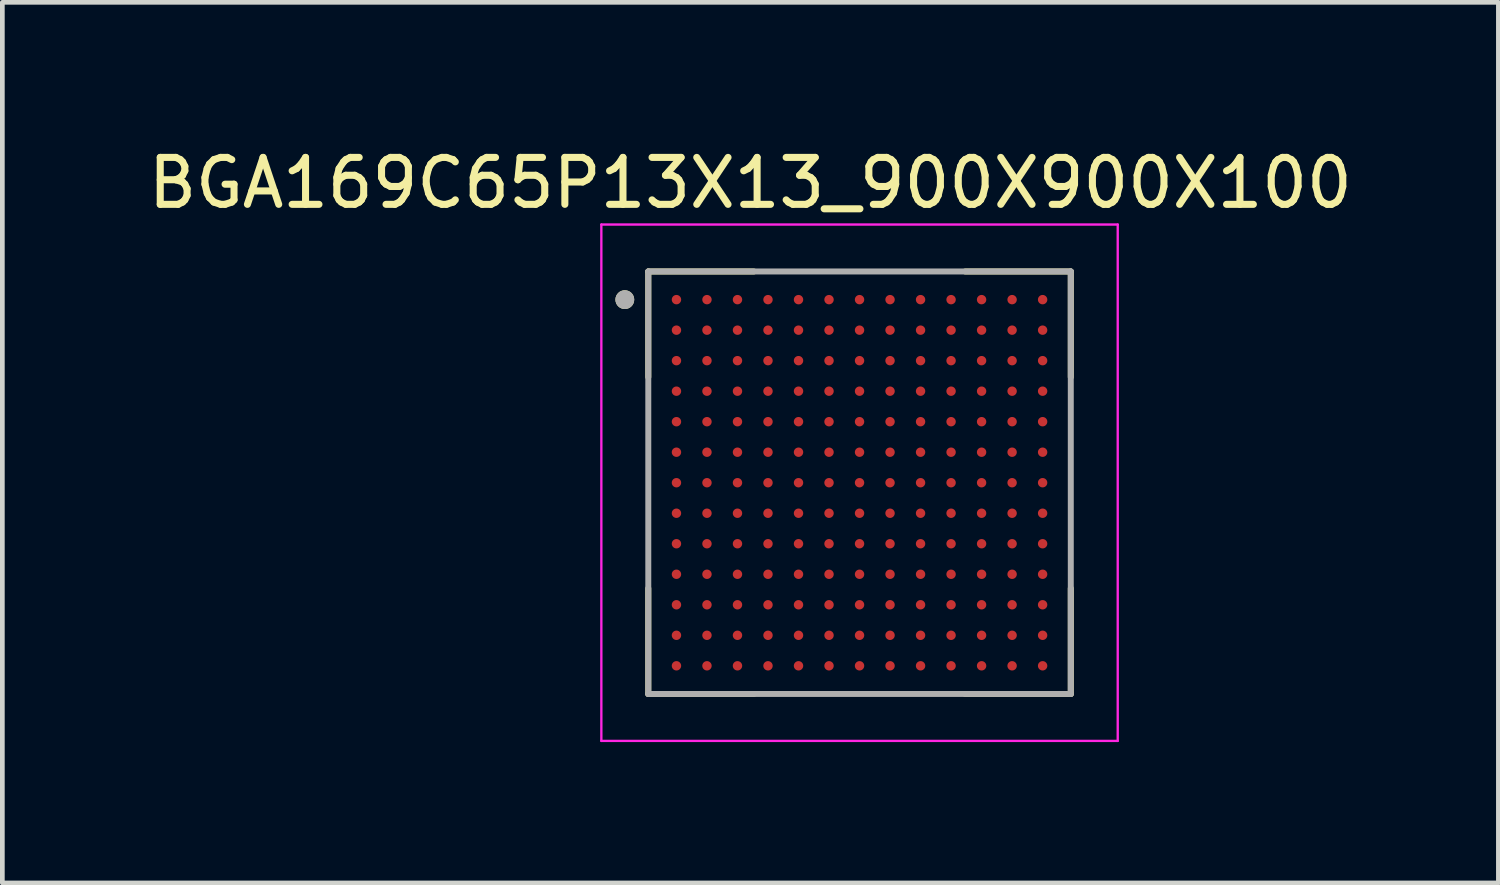
<source format=kicad_pcb>
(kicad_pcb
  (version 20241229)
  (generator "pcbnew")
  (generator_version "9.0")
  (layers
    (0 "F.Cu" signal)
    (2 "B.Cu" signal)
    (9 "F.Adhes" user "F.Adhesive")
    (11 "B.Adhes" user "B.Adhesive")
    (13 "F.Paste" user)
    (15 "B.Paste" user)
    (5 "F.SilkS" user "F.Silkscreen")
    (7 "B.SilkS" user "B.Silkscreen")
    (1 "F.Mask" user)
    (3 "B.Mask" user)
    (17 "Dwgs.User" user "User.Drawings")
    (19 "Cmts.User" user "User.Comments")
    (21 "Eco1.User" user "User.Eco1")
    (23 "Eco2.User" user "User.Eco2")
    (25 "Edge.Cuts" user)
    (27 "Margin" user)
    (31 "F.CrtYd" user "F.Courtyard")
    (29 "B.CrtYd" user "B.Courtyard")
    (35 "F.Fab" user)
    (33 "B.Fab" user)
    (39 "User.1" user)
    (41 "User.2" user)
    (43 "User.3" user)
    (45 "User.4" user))
  (footprint "BGA169C65P13X13_900X900X100"
    (layer "F.Cu")
    (at 15.26 7.233)
    (property "Reference" "BGA169C65P13X13_900X900X100" (at -2.325 -6.385 0) (layer "F.SilkS") (effects (font (size 1 1) (thickness 0.15))))
    (attr smd)
    (fp_line (start -4.5 -4.5) (end -4.5 -2.25) (stroke (width 0.127) (type solid)) (layer "F.SilkS"))
    (fp_line (start -4.5 -4.5) (end -2.25 -4.5) (stroke (width 0.127) (type solid)) (layer "F.SilkS"))
    (fp_line (start -4.5 4.5) (end -4.5 2.25) (stroke (width 0.127) (type solid)) (layer "F.SilkS"))
    (fp_line (start -4.5 4.5) (end -2.25 4.5) (stroke (width 0.127) (type solid)) (layer "F.SilkS"))
    (fp_line (start 4.5 -4.5) (end 2.25 -4.5) (stroke (width 0.127) (type solid)) (layer "F.SilkS"))
    (fp_line (start 4.5 -4.5) (end 4.5 -2.25) (stroke (width 0.127) (type solid)) (layer "F.SilkS"))
    (fp_line (start 4.5 4.5) (end 2.25 4.5) (stroke (width 0.127) (type solid)) (layer "F.SilkS"))
    (fp_line (start 4.5 4.5) (end 4.5 2.25) (stroke (width 0.127) (type solid)) (layer "F.SilkS"))
    (fp_circle (center -5 -3.9) (end -4.9 -3.9) (stroke (width 0.2) (type solid)) (fill no) (layer "F.SilkS"))
    (fp_line (start -5.5 -5.5) (end 5.5 -5.5) (stroke (width 0.05) (type solid)) (layer "F.CrtYd"))
    (fp_line (start -5.5 5.5) (end -5.5 -5.5) (stroke (width 0.05) (type solid)) (layer "F.CrtYd"))
    (fp_line (start -5.5 5.5) (end 5.5 5.5) (stroke (width 0.05) (type solid)) (layer "F.CrtYd"))
    (fp_line (start 5.5 5.5) (end 5.5 -5.5) (stroke (width 0.05) (type solid)) (layer "F.CrtYd"))
    (fp_line (start -4.5 4.5) (end -4.5 -4.5) (stroke (width 0.127) (type solid)) (layer "F.Fab"))
    (fp_line (start 4.5 -4.5) (end -4.5 -4.5) (stroke (width 0.127) (type solid)) (layer "F.Fab"))
    (fp_line (start 4.5 4.5) (end -4.5 4.5) (stroke (width 0.127) (type solid)) (layer "F.Fab"))
    (fp_line (start 4.5 4.5) (end 4.5 -4.5) (stroke (width 0.127) (type solid)) (layer "F.Fab"))
    (fp_circle (center -5 -3.9) (end -4.9 -3.9) (stroke (width 0.2) (type solid)) (fill no) (layer "F.Fab"))
    (pad "A1" smd circle (at -3.9 -3.9) (size 0.2 0.2) (layers "F.Cu" "F.Mask" "F.Paste"))
    (pad "A2" smd circle (at -3.25 -3.9) (size 0.2 0.2) (layers "F.Cu" "F.Mask" "F.Paste"))
    (pad "A3" smd circle (at -2.6 -3.9) (size 0.2 0.2) (layers "F.Cu" "F.Mask" "F.Paste"))
    (pad "A4" smd circle (at -1.95 -3.9) (size 0.2 0.2) (layers "F.Cu" "F.Mask" "F.Paste"))
    (pad "A5" smd circle (at -1.3 -3.9) (size 0.2 0.2) (layers "F.Cu" "F.Mask" "F.Paste"))
    (pad "A6" smd circle (at -0.65 -3.9) (size 0.2 0.2) (layers "F.Cu" "F.Mask" "F.Paste"))
    (pad "A7" smd circle (at 0 -3.9) (size 0.2 0.2) (layers "F.Cu" "F.Mask" "F.Paste"))
    (pad "A8" smd circle (at 0.65 -3.9) (size 0.2 0.2) (layers "F.Cu" "F.Mask" "F.Paste"))
    (pad "A9" smd circle (at 1.3 -3.9) (size 0.2 0.2) (layers "F.Cu" "F.Mask" "F.Paste"))
    (pad "A10" smd circle (at 1.95 -3.9) (size 0.2 0.2) (layers "F.Cu" "F.Mask" "F.Paste"))
    (pad "A11" smd circle (at 2.6 -3.9) (size 0.2 0.2) (layers "F.Cu" "F.Mask" "F.Paste"))
    (pad "A12" smd circle (at 3.25 -3.9) (size 0.2 0.2) (layers "F.Cu" "F.Mask" "F.Paste"))
    (pad "A13" smd circle (at 3.9 -3.9) (size 0.2 0.2) (layers "F.Cu" "F.Mask" "F.Paste"))
    (pad "B1" smd circle (at -3.9 -3.25) (size 0.2 0.2) (layers "F.Cu" "F.Mask" "F.Paste"))
    (pad "B2" smd circle (at -3.25 -3.25) (size 0.2 0.2) (layers "F.Cu" "F.Mask" "F.Paste"))
    (pad "B3" smd circle (at -2.6 -3.25) (size 0.2 0.2) (layers "F.Cu" "F.Mask" "F.Paste"))
    (pad "B4" smd circle (at -1.95 -3.25) (size 0.2 0.2) (layers "F.Cu" "F.Mask" "F.Paste"))
    (pad "B5" smd circle (at -1.3 -3.25) (size 0.2 0.2) (layers "F.Cu" "F.Mask" "F.Paste"))
    (pad "B6" smd circle (at -0.65 -3.25) (size 0.2 0.2) (layers "F.Cu" "F.Mask" "F.Paste"))
    (pad "B7" smd circle (at 0 -3.25) (size 0.2 0.2) (layers "F.Cu" "F.Mask" "F.Paste"))
    (pad "B8" smd circle (at 0.65 -3.25) (size 0.2 0.2) (layers "F.Cu" "F.Mask" "F.Paste"))
    (pad "B9" smd circle (at 1.3 -3.25) (size 0.2 0.2) (layers "F.Cu" "F.Mask" "F.Paste"))
    (pad "B10" smd circle (at 1.95 -3.25) (size 0.2 0.2) (layers "F.Cu" "F.Mask" "F.Paste"))
    (pad "B11" smd circle (at 2.6 -3.25) (size 0.2 0.2) (layers "F.Cu" "F.Mask" "F.Paste"))
    (pad "B12" smd circle (at 3.25 -3.25) (size 0.2 0.2) (layers "F.Cu" "F.Mask" "F.Paste"))
    (pad "B13" smd circle (at 3.9 -3.25) (size 0.2 0.2) (layers "F.Cu" "F.Mask" "F.Paste"))
    (pad "C1" smd circle (at -3.9 -2.6) (size 0.2 0.2) (layers "F.Cu" "F.Mask" "F.Paste"))
    (pad "C2" smd circle (at -3.25 -2.6) (size 0.2 0.2) (layers "F.Cu" "F.Mask" "F.Paste"))
    (pad "C3" smd circle (at -2.6 -2.6) (size 0.2 0.2) (layers "F.Cu" "F.Mask" "F.Paste"))
    (pad "C4" smd circle (at -1.95 -2.6) (size 0.2 0.2) (layers "F.Cu" "F.Mask" "F.Paste"))
    (pad "C5" smd circle (at -1.3 -2.6) (size 0.2 0.2) (layers "F.Cu" "F.Mask" "F.Paste"))
    (pad "C6" smd circle (at -0.65 -2.6) (size 0.2 0.2) (layers "F.Cu" "F.Mask" "F.Paste"))
    (pad "C7" smd circle (at 0 -2.6) (size 0.2 0.2) (layers "F.Cu" "F.Mask" "F.Paste"))
    (pad "C8" smd circle (at 0.65 -2.6) (size 0.2 0.2) (layers "F.Cu" "F.Mask" "F.Paste"))
    (pad "C9" smd circle (at 1.3 -2.6) (size 0.2 0.2) (layers "F.Cu" "F.Mask" "F.Paste"))
    (pad "C10" smd circle (at 1.95 -2.6) (size 0.2 0.2) (layers "F.Cu" "F.Mask" "F.Paste"))
    (pad "C11" smd circle (at 2.6 -2.6) (size 0.2 0.2) (layers "F.Cu" "F.Mask" "F.Paste"))
    (pad "C12" smd circle (at 3.25 -2.6) (size 0.2 0.2) (layers "F.Cu" "F.Mask" "F.Paste"))
    (pad "C13" smd circle (at 3.9 -2.6) (size 0.2 0.2) (layers "F.Cu" "F.Mask" "F.Paste"))
    (pad "D1" smd circle (at -3.9 -1.95) (size 0.2 0.2) (layers "F.Cu" "F.Mask" "F.Paste"))
    (pad "D2" smd circle (at -3.25 -1.95) (size 0.2 0.2) (layers "F.Cu" "F.Mask" "F.Paste"))
    (pad "D3" smd circle (at -2.6 -1.95) (size 0.2 0.2) (layers "F.Cu" "F.Mask" "F.Paste"))
    (pad "D4" smd circle (at -1.95 -1.95) (size 0.2 0.2) (layers "F.Cu" "F.Mask" "F.Paste"))
    (pad "D5" smd circle (at -1.3 -1.95) (size 0.2 0.2) (layers "F.Cu" "F.Mask" "F.Paste"))
    (pad "D6" smd circle (at -0.65 -1.95) (size 0.2 0.2) (layers "F.Cu" "F.Mask" "F.Paste"))
    (pad "D7" smd circle (at 0 -1.95) (size 0.2 0.2) (layers "F.Cu" "F.Mask" "F.Paste"))
    (pad "D8" smd circle (at 0.65 -1.95) (size 0.2 0.2) (layers "F.Cu" "F.Mask" "F.Paste"))
    (pad "D9" smd circle (at 1.3 -1.95) (size 0.2 0.2) (layers "F.Cu" "F.Mask" "F.Paste"))
    (pad "D10" smd circle (at 1.95 -1.95) (size 0.2 0.2) (layers "F.Cu" "F.Mask" "F.Paste"))
    (pad "D11" smd circle (at 2.6 -1.95) (size 0.2 0.2) (layers "F.Cu" "F.Mask" "F.Paste"))
    (pad "D12" smd circle (at 3.25 -1.95) (size 0.2 0.2) (layers "F.Cu" "F.Mask" "F.Paste"))
    (pad "D13" smd circle (at 3.9 -1.95) (size 0.2 0.2) (layers "F.Cu" "F.Mask" "F.Paste"))
    (pad "E1" smd circle (at -3.9 -1.3) (size 0.2 0.2) (layers "F.Cu" "F.Mask" "F.Paste"))
    (pad "E2" smd circle (at -3.25 -1.3) (size 0.2 0.2) (layers "F.Cu" "F.Mask" "F.Paste"))
    (pad "E3" smd circle (at -2.6 -1.3) (size 0.2 0.2) (layers "F.Cu" "F.Mask" "F.Paste"))
    (pad "E4" smd circle (at -1.95 -1.3) (size 0.2 0.2) (layers "F.Cu" "F.Mask" "F.Paste"))
    (pad "E5" smd circle (at -1.3 -1.3) (size 0.2 0.2) (layers "F.Cu" "F.Mask" "F.Paste"))
    (pad "E6" smd circle (at -0.65 -1.3) (size 0.2 0.2) (layers "F.Cu" "F.Mask" "F.Paste"))
    (pad "E7" smd circle (at 0 -1.3) (size 0.2 0.2) (layers "F.Cu" "F.Mask" "F.Paste"))
    (pad "E8" smd circle (at 0.65 -1.3) (size 0.2 0.2) (layers "F.Cu" "F.Mask" "F.Paste"))
    (pad "E9" smd circle (at 1.3 -1.3) (size 0.2 0.2) (layers "F.Cu" "F.Mask" "F.Paste"))
    (pad "E10" smd circle (at 1.95 -1.3) (size 0.2 0.2) (layers "F.Cu" "F.Mask" "F.Paste"))
    (pad "E11" smd circle (at 2.6 -1.3) (size 0.2 0.2) (layers "F.Cu" "F.Mask" "F.Paste"))
    (pad "E12" smd circle (at 3.25 -1.3) (size 0.2 0.2) (layers "F.Cu" "F.Mask" "F.Paste"))
    (pad "E13" smd circle (at 3.9 -1.3) (size 0.2 0.2) (layers "F.Cu" "F.Mask" "F.Paste"))
    (pad "F1" smd circle (at -3.9 -0.65) (size 0.2 0.2) (layers "F.Cu" "F.Mask" "F.Paste"))
    (pad "F2" smd circle (at -3.25 -0.65) (size 0.2 0.2) (layers "F.Cu" "F.Mask" "F.Paste"))
    (pad "F3" smd circle (at -2.6 -0.65) (size 0.2 0.2) (layers "F.Cu" "F.Mask" "F.Paste"))
    (pad "F4" smd circle (at -1.95 -0.65) (size 0.2 0.2) (layers "F.Cu" "F.Mask" "F.Paste"))
    (pad "F5" smd circle (at -1.3 -0.65) (size 0.2 0.2) (layers "F.Cu" "F.Mask" "F.Paste"))
    (pad "F6" smd circle (at -0.65 -0.65) (size 0.2 0.2) (layers "F.Cu" "F.Mask" "F.Paste"))
    (pad "F7" smd circle (at 0 -0.65) (size 0.2 0.2) (layers "F.Cu" "F.Mask" "F.Paste"))
    (pad "F8" smd circle (at 0.65 -0.65) (size 0.2 0.2) (layers "F.Cu" "F.Mask" "F.Paste"))
    (pad "F9" smd circle (at 1.3 -0.65) (size 0.2 0.2) (layers "F.Cu" "F.Mask" "F.Paste"))
    (pad "F10" smd circle (at 1.95 -0.65) (size 0.2 0.2) (layers "F.Cu" "F.Mask" "F.Paste"))
    (pad "F11" smd circle (at 2.6 -0.65) (size 0.2 0.2) (layers "F.Cu" "F.Mask" "F.Paste"))
    (pad "F12" smd circle (at 3.25 -0.65) (size 0.2 0.2) (layers "F.Cu" "F.Mask" "F.Paste"))
    (pad "F13" smd circle (at 3.9 -0.65) (size 0.2 0.2) (layers "F.Cu" "F.Mask" "F.Paste"))
    (pad "G1" smd circle (at -3.9 0) (size 0.2 0.2) (layers "F.Cu" "F.Mask" "F.Paste"))
    (pad "G2" smd circle (at -3.25 0) (size 0.2 0.2) (layers "F.Cu" "F.Mask" "F.Paste"))
    (pad "G3" smd circle (at -2.6 0) (size 0.2 0.2) (layers "F.Cu" "F.Mask" "F.Paste"))
    (pad "G4" smd circle (at -1.95 0) (size 0.2 0.2) (layers "F.Cu" "F.Mask" "F.Paste"))
    (pad "G5" smd circle (at -1.3 0) (size 0.2 0.2) (layers "F.Cu" "F.Mask" "F.Paste"))
    (pad "G6" smd circle (at -0.65 0) (size 0.2 0.2) (layers "F.Cu" "F.Mask" "F.Paste"))
    (pad "G7" smd circle (at 0 0) (size 0.2 0.2) (layers "F.Cu" "F.Mask" "F.Paste"))
    (pad "G8" smd circle (at 0.65 0) (size 0.2 0.2) (layers "F.Cu" "F.Mask" "F.Paste"))
    (pad "G9" smd circle (at 1.3 0) (size 0.2 0.2) (layers "F.Cu" "F.Mask" "F.Paste"))
    (pad "G10" smd circle (at 1.95 0) (size 0.2 0.2) (layers "F.Cu" "F.Mask" "F.Paste"))
    (pad "G11" smd circle (at 2.6 0) (size 0.2 0.2) (layers "F.Cu" "F.Mask" "F.Paste"))
    (pad "G12" smd circle (at 3.25 0) (size 0.2 0.2) (layers "F.Cu" "F.Mask" "F.Paste"))
    (pad "G13" smd circle (at 3.9 0) (size 0.2 0.2) (layers "F.Cu" "F.Mask" "F.Paste"))
    (pad "H1" smd circle (at -3.9 0.65) (size 0.2 0.2) (layers "F.Cu" "F.Mask" "F.Paste"))
    (pad "H2" smd circle (at -3.25 0.65) (size 0.2 0.2) (layers "F.Cu" "F.Mask" "F.Paste"))
    (pad "H3" smd circle (at -2.6 0.65) (size 0.2 0.2) (layers "F.Cu" "F.Mask" "F.Paste"))
    (pad "H4" smd circle (at -1.95 0.65) (size 0.2 0.2) (layers "F.Cu" "F.Mask" "F.Paste"))
    (pad "H5" smd circle (at -1.3 0.65) (size 0.2 0.2) (layers "F.Cu" "F.Mask" "F.Paste"))
    (pad "H6" smd circle (at -0.65 0.65) (size 0.2 0.2) (layers "F.Cu" "F.Mask" "F.Paste"))
    (pad "H7" smd circle (at 0 0.65) (size 0.2 0.2) (layers "F.Cu" "F.Mask" "F.Paste"))
    (pad "H8" smd circle (at 0.65 0.65) (size 0.2 0.2) (layers "F.Cu" "F.Mask" "F.Paste"))
    (pad "H9" smd circle (at 1.3 0.65) (size 0.2 0.2) (layers "F.Cu" "F.Mask" "F.Paste"))
    (pad "H10" smd circle (at 1.95 0.65) (size 0.2 0.2) (layers "F.Cu" "F.Mask" "F.Paste"))
    (pad "H11" smd circle (at 2.6 0.65) (size 0.2 0.2) (layers "F.Cu" "F.Mask" "F.Paste"))
    (pad "H12" smd circle (at 3.25 0.65) (size 0.2 0.2) (layers "F.Cu" "F.Mask" "F.Paste"))
    (pad "H13" smd circle (at 3.9 0.65) (size 0.2 0.2) (layers "F.Cu" "F.Mask" "F.Paste"))
    (pad "J1" smd circle (at -3.9 1.3) (size 0.2 0.2) (layers "F.Cu" "F.Mask" "F.Paste"))
    (pad "J2" smd circle (at -3.25 1.3) (size 0.2 0.2) (layers "F.Cu" "F.Mask" "F.Paste"))
    (pad "J3" smd circle (at -2.6 1.3) (size 0.2 0.2) (layers "F.Cu" "F.Mask" "F.Paste"))
    (pad "J4" smd circle (at -1.95 1.3) (size 0.2 0.2) (layers "F.Cu" "F.Mask" "F.Paste"))
    (pad "J5" smd circle (at -1.3 1.3) (size 0.2 0.2) (layers "F.Cu" "F.Mask" "F.Paste"))
    (pad "J6" smd circle (at -0.65 1.3) (size 0.2 0.2) (layers "F.Cu" "F.Mask" "F.Paste"))
    (pad "J7" smd circle (at 0 1.3) (size 0.2 0.2) (layers "F.Cu" "F.Mask" "F.Paste"))
    (pad "J8" smd circle (at 0.65 1.3) (size 0.2 0.2) (layers "F.Cu" "F.Mask" "F.Paste"))
    (pad "J9" smd circle (at 1.3 1.3) (size 0.2 0.2) (layers "F.Cu" "F.Mask" "F.Paste"))
    (pad "J10" smd circle (at 1.95 1.3) (size 0.2 0.2) (layers "F.Cu" "F.Mask" "F.Paste"))
    (pad "J11" smd circle (at 2.6 1.3) (size 0.2 0.2) (layers "F.Cu" "F.Mask" "F.Paste"))
    (pad "J12" smd circle (at 3.25 1.3) (size 0.2 0.2) (layers "F.Cu" "F.Mask" "F.Paste"))
    (pad "J13" smd circle (at 3.9 1.3) (size 0.2 0.2) (layers "F.Cu" "F.Mask" "F.Paste"))
    (pad "K1" smd circle (at -3.9 1.95) (size 0.2 0.2) (layers "F.Cu" "F.Mask" "F.Paste"))
    (pad "K2" smd circle (at -3.25 1.95) (size 0.2 0.2) (layers "F.Cu" "F.Mask" "F.Paste"))
    (pad "K3" smd circle (at -2.6 1.95) (size 0.2 0.2) (layers "F.Cu" "F.Mask" "F.Paste"))
    (pad "K4" smd circle (at -1.95 1.95) (size 0.2 0.2) (layers "F.Cu" "F.Mask" "F.Paste"))
    (pad "K5" smd circle (at -1.3 1.95) (size 0.2 0.2) (layers "F.Cu" "F.Mask" "F.Paste"))
    (pad "K6" smd circle (at -0.65 1.95) (size 0.2 0.2) (layers "F.Cu" "F.Mask" "F.Paste"))
    (pad "K7" smd circle (at 0 1.95) (size 0.2 0.2) (layers "F.Cu" "F.Mask" "F.Paste"))
    (pad "K8" smd circle (at 0.65 1.95) (size 0.2 0.2) (layers "F.Cu" "F.Mask" "F.Paste"))
    (pad "K9" smd circle (at 1.3 1.95) (size 0.2 0.2) (layers "F.Cu" "F.Mask" "F.Paste"))
    (pad "K10" smd circle (at 1.95 1.95) (size 0.2 0.2) (layers "F.Cu" "F.Mask" "F.Paste"))
    (pad "K11" smd circle (at 2.6 1.95) (size 0.2 0.2) (layers "F.Cu" "F.Mask" "F.Paste"))
    (pad "K12" smd circle (at 3.25 1.95) (size 0.2 0.2) (layers "F.Cu" "F.Mask" "F.Paste"))
    (pad "K13" smd circle (at 3.9 1.95) (size 0.2 0.2) (layers "F.Cu" "F.Mask" "F.Paste"))
    (pad "L1" smd circle (at -3.9 2.6) (size 0.2 0.2) (layers "F.Cu" "F.Mask" "F.Paste"))
    (pad "L2" smd circle (at -3.25 2.6) (size 0.2 0.2) (layers "F.Cu" "F.Mask" "F.Paste"))
    (pad "L3" smd circle (at -2.6 2.6) (size 0.2 0.2) (layers "F.Cu" "F.Mask" "F.Paste"))
    (pad "L4" smd circle (at -1.95 2.6) (size 0.2 0.2) (layers "F.Cu" "F.Mask" "F.Paste"))
    (pad "L5" smd circle (at -1.3 2.6) (size 0.2 0.2) (layers "F.Cu" "F.Mask" "F.Paste"))
    (pad "L6" smd circle (at -0.65 2.6) (size 0.2 0.2) (layers "F.Cu" "F.Mask" "F.Paste"))
    (pad "L7" smd circle (at 0 2.6) (size 0.2 0.2) (layers "F.Cu" "F.Mask" "F.Paste"))
    (pad "L8" smd circle (at 0.65 2.6) (size 0.2 0.2) (layers "F.Cu" "F.Mask" "F.Paste"))
    (pad "L9" smd circle (at 1.3 2.6) (size 0.2 0.2) (layers "F.Cu" "F.Mask" "F.Paste"))
    (pad "L10" smd circle (at 1.95 2.6) (size 0.2 0.2) (layers "F.Cu" "F.Mask" "F.Paste"))
    (pad "L11" smd circle (at 2.6 2.6) (size 0.2 0.2) (layers "F.Cu" "F.Mask" "F.Paste"))
    (pad "L12" smd circle (at 3.25 2.6) (size 0.2 0.2) (layers "F.Cu" "F.Mask" "F.Paste"))
    (pad "L13" smd circle (at 3.9 2.6) (size 0.2 0.2) (layers "F.Cu" "F.Mask" "F.Paste"))
    (pad "M1" smd circle (at -3.9 3.25) (size 0.2 0.2) (layers "F.Cu" "F.Mask" "F.Paste"))
    (pad "M2" smd circle (at -3.25 3.25) (size 0.2 0.2) (layers "F.Cu" "F.Mask" "F.Paste"))
    (pad "M3" smd circle (at -2.6 3.25) (size 0.2 0.2) (layers "F.Cu" "F.Mask" "F.Paste"))
    (pad "M4" smd circle (at -1.95 3.25) (size 0.2 0.2) (layers "F.Cu" "F.Mask" "F.Paste"))
    (pad "M5" smd circle (at -1.3 3.25) (size 0.2 0.2) (layers "F.Cu" "F.Mask" "F.Paste"))
    (pad "M6" smd circle (at -0.65 3.25) (size 0.2 0.2) (layers "F.Cu" "F.Mask" "F.Paste"))
    (pad "M7" smd circle (at 0 3.25) (size 0.2 0.2) (layers "F.Cu" "F.Mask" "F.Paste"))
    (pad "M8" smd circle (at 0.65 3.25) (size 0.2 0.2) (layers "F.Cu" "F.Mask" "F.Paste"))
    (pad "M9" smd circle (at 1.3 3.25) (size 0.2 0.2) (layers "F.Cu" "F.Mask" "F.Paste"))
    (pad "M10" smd circle (at 1.95 3.25) (size 0.2 0.2) (layers "F.Cu" "F.Mask" "F.Paste"))
    (pad "M11" smd circle (at 2.6 3.25) (size 0.2 0.2) (layers "F.Cu" "F.Mask" "F.Paste"))
    (pad "M12" smd circle (at 3.25 3.25) (size 0.2 0.2) (layers "F.Cu" "F.Mask" "F.Paste"))
    (pad "M13" smd circle (at 3.9 3.25) (size 0.2 0.2) (layers "F.Cu" "F.Mask" "F.Paste"))
    (pad "N1" smd circle (at -3.9 3.9) (size 0.2 0.2) (layers "F.Cu" "F.Mask" "F.Paste"))
    (pad "N2" smd circle (at -3.25 3.9) (size 0.2 0.2) (layers "F.Cu" "F.Mask" "F.Paste"))
    (pad "N3" smd circle (at -2.6 3.9) (size 0.2 0.2) (layers "F.Cu" "F.Mask" "F.Paste"))
    (pad "N4" smd circle (at -1.95 3.9) (size 0.2 0.2) (layers "F.Cu" "F.Mask" "F.Paste"))
    (pad "N5" smd circle (at -1.3 3.9) (size 0.2 0.2) (layers "F.Cu" "F.Mask" "F.Paste"))
    (pad "N6" smd circle (at -0.65 3.9) (size 0.2 0.2) (layers "F.Cu" "F.Mask" "F.Paste"))
    (pad "N7" smd circle (at 0 3.9) (size 0.2 0.2) (layers "F.Cu" "F.Mask" "F.Paste"))
    (pad "N8" smd circle (at 0.65 3.9) (size 0.2 0.2) (layers "F.Cu" "F.Mask" "F.Paste"))
    (pad "N9" smd circle (at 1.3 3.9) (size 0.2 0.2) (layers "F.Cu" "F.Mask" "F.Paste"))
    (pad "N10" smd circle (at 1.95 3.9) (size 0.2 0.2) (layers "F.Cu" "F.Mask" "F.Paste"))
    (pad "N11" smd circle (at 2.6 3.9) (size 0.2 0.2) (layers "F.Cu" "F.Mask" "F.Paste"))
    (pad "N12" smd circle (at 3.25 3.9) (size 0.2 0.2) (layers "F.Cu" "F.Mask" "F.Paste"))
    (pad "N13" smd circle (at 3.9 3.9) (size 0.2 0.2) (layers "F.Cu" "F.Mask" "F.Paste")))
  (gr_rect
    (start -3 -3)
    (end 28.869 15.758)
    (stroke (width 0.1) (type default))
    (fill no)
    (layer "Edge.Cuts")))
</source>
